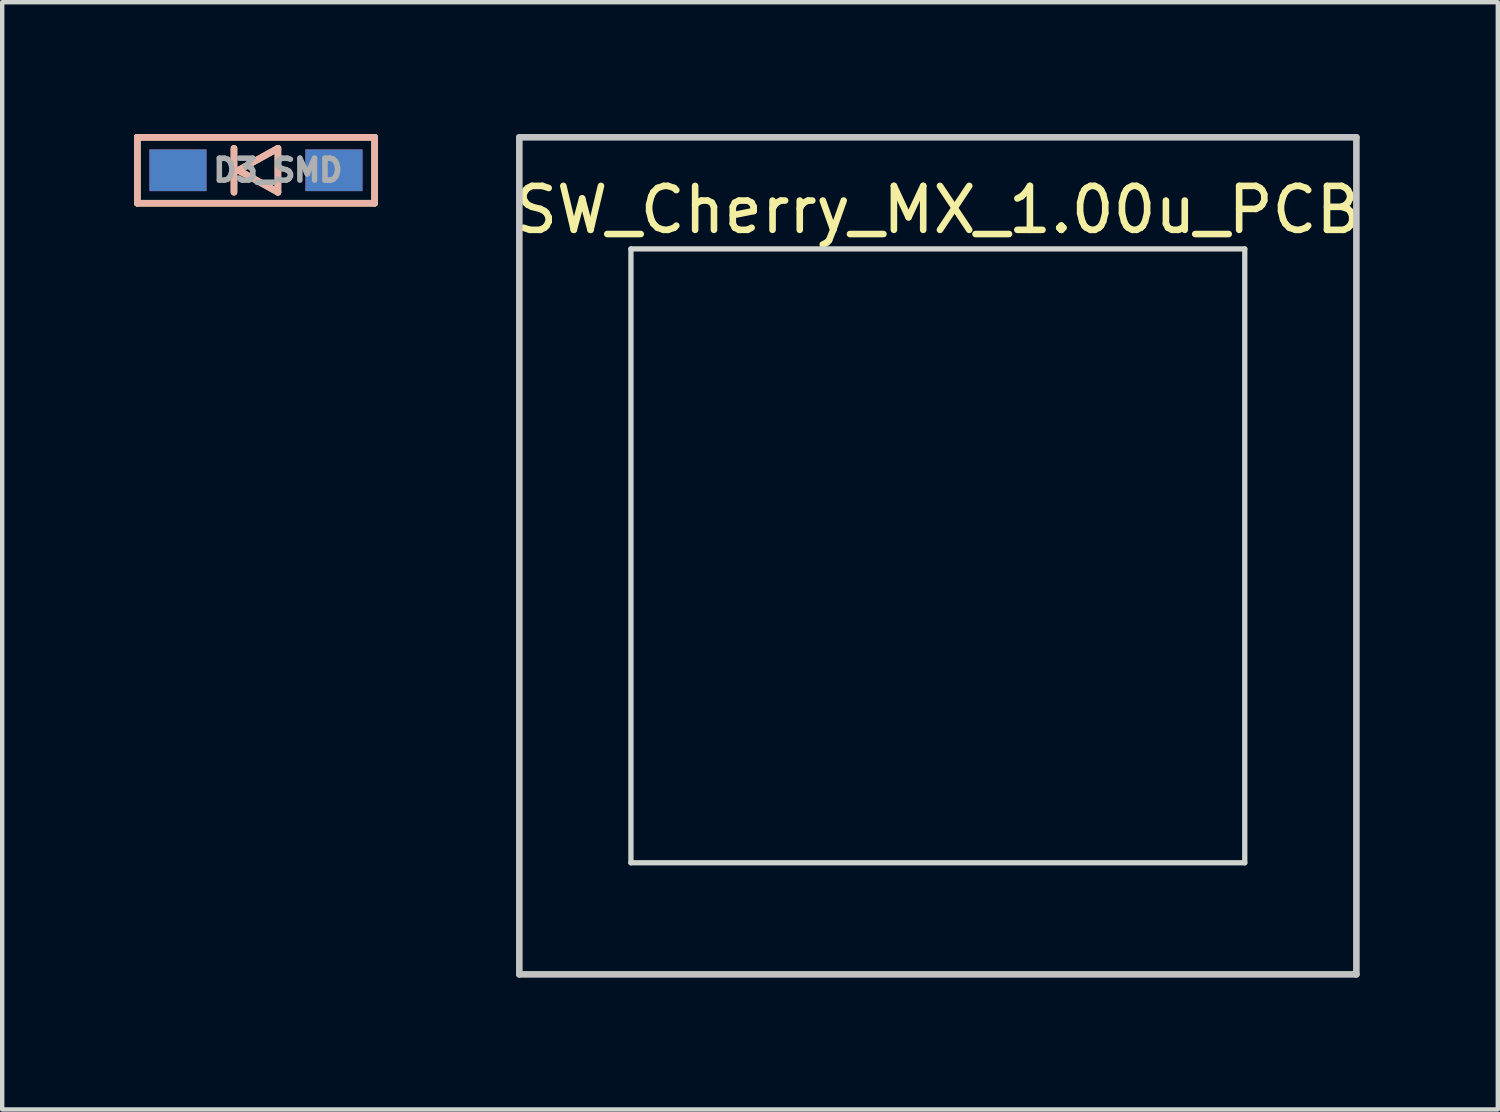
<source format=kicad_pcb>
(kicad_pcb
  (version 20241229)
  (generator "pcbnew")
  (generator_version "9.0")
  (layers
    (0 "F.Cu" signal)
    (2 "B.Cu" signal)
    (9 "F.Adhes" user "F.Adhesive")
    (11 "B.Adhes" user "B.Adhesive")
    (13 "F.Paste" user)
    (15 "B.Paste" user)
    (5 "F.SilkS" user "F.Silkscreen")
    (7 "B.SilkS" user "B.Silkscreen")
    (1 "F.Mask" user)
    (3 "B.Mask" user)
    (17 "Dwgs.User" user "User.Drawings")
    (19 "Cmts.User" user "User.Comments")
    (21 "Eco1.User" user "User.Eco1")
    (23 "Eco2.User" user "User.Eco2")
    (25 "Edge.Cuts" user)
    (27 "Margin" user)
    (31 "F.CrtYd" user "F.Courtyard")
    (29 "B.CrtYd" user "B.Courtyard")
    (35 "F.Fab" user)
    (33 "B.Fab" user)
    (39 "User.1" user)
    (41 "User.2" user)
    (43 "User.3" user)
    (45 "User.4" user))
  (footprint "SW_Cherry_MX_1.00u_PCB"
    (layer "F.Cu")
    (at 18.294 9.6)
    (property "Reference" "SW_Cherry_MX_1.00u_PCB" (at 0 -7.874 0) (layer "F.SilkS") (effects (font (size 1 1) (thickness 0.15))))
    (attr through_hole)
    (fp_line (start -9.525 -9.525) (end 9.525 -9.525) (stroke (width 0.15) (type solid)) (layer "Dwgs.User"))
    (fp_line (start -9.525 9.525) (end -9.525 -9.525) (stroke (width 0.15) (type solid)) (layer "Dwgs.User"))
    (fp_line (start 9.525 -9.525) (end 9.525 9.525) (stroke (width 0.15) (type solid)) (layer "Dwgs.User"))
    (fp_line (start 9.525 9.525) (end -9.525 9.525) (stroke (width 0.15) (type solid)) (layer "Dwgs.User"))
    (fp_line (start -6.985 -6.985) (end 6.985 -6.985) (stroke (width 0.12) (type solid)) (layer "Edge.Cuts"))
    (fp_line (start -6.985 6.985) (end -6.985 -6.985) (stroke (width 0.12) (type solid)) (layer "Edge.Cuts"))
    (fp_line (start 6.985 -6.985) (end 6.985 6.985) (stroke (width 0.12) (type solid)) (layer "Edge.Cuts"))
    (fp_line (start 6.985 6.985) (end -6.985 6.985) (stroke (width 0.12) (type solid)) (layer "Edge.Cuts")))
  (footprint "D3_SMD"
    (layer "F.Cu")
    (at 2.775 0.825)
    (property "Reference" "D3_SMD" (at 0.5 0 0) (layer "F.Fab") (effects (font (size 0.5 0.5) (thickness 0.125))))
    (attr through_hole)
    (fp_line (start -2.7 -0.75) (end -2.7 0.75) (stroke (width 0.15) (type solid)) (layer "F.SilkS"))
    (fp_line (start -2.7 0.75) (end 2.7 0.75) (stroke (width 0.15) (type solid)) (layer "F.SilkS"))
    (fp_line (start -0.5 -0.5) (end -0.5 0.5) (stroke (width 0.15) (type solid)) (layer "F.SilkS"))
    (fp_line (start -0.4 0) (end 0.5 -0.5) (stroke (width 0.15) (type solid)) (layer "F.SilkS"))
    (fp_line (start 0.5 -0.5) (end 0.5 0.5) (stroke (width 0.15) (type solid)) (layer "F.SilkS"))
    (fp_line (start 0.5 0.5) (end -0.4 0) (stroke (width 0.15) (type solid)) (layer "F.SilkS"))
    (fp_line (start 2.7 -0.75) (end -2.7 -0.75) (stroke (width 0.15) (type solid)) (layer "F.SilkS"))
    (fp_line (start 2.7 -0.75) (end 2.7 0.75) (stroke (width 0.15) (type solid)) (layer "F.SilkS"))
    (fp_line (start -2.7 -0.75) (end -2.7 0.75) (stroke (width 0.15) (type solid)) (layer "B.SilkS"))
    (fp_line (start -2.7 0.75) (end 2.7 0.75) (stroke (width 0.15) (type solid)) (layer "B.SilkS"))
    (fp_line (start -0.5 -0.5) (end -0.5 0.5) (stroke (width 0.15) (type solid)) (layer "B.SilkS"))
    (fp_line (start -0.4 0) (end 0.5 -0.5) (stroke (width 0.15) (type solid)) (layer "B.SilkS"))
    (fp_line (start 0.5 -0.5) (end 0.5 0.5) (stroke (width 0.15) (type solid)) (layer "B.SilkS"))
    (fp_line (start 0.5 0.5) (end -0.4 0) (stroke (width 0.15) (type solid)) (layer "B.SilkS"))
    (fp_line (start 2.7 -0.75) (end -2.7 -0.75) (stroke (width 0.15) (type solid)) (layer "B.SilkS"))
    (fp_line (start 2.7 0.75) (end 2.7 -0.75) (stroke (width 0.15) (type solid)) (layer "B.SilkS"))
    (pad "1" smd rect (at -1.775 0) (size 1.3 0.95) (layers "F.Cu" "F.Mask" "F.Paste"))
    (pad "1" smd rect (at -1.775 0) (size 1.3 0.95) (layers "B.Cu" "B.Mask" "B.Paste"))
    (pad "2" smd rect (at 1.775 0) (size 1.3 0.95) (layers "F.Cu" "F.Mask" "F.Paste"))
    (pad "2" smd rect (at 1.775 0) (size 1.3 0.95) (layers "B.Cu" "B.Mask" "B.Paste")))
  (gr_rect
    (start -3 -3)
    (end 31.038 22.2)
    (stroke (width 0.1) (type default))
    (fill no)
    (layer "Edge.Cuts")))
</source>
